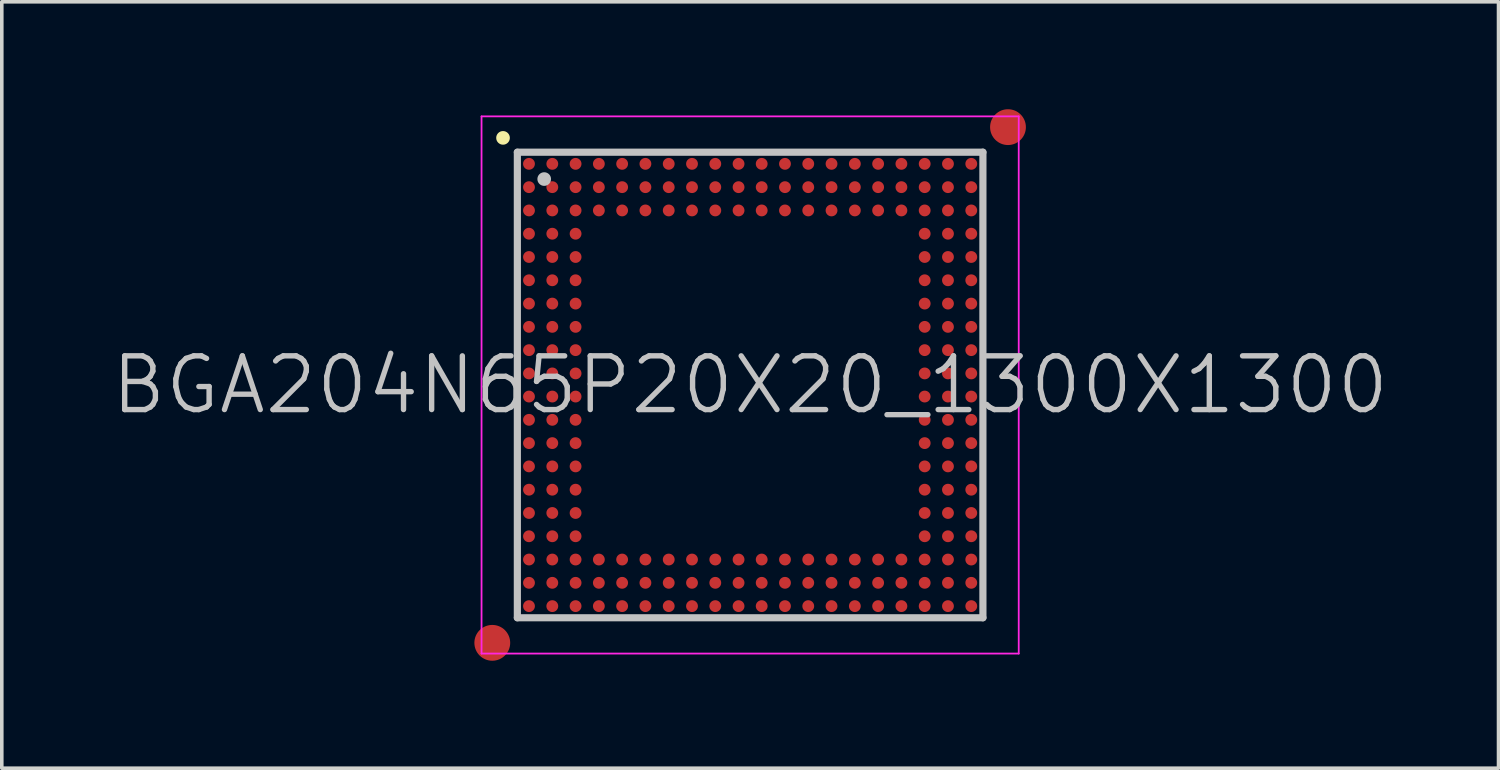
<source format=kicad_pcb>
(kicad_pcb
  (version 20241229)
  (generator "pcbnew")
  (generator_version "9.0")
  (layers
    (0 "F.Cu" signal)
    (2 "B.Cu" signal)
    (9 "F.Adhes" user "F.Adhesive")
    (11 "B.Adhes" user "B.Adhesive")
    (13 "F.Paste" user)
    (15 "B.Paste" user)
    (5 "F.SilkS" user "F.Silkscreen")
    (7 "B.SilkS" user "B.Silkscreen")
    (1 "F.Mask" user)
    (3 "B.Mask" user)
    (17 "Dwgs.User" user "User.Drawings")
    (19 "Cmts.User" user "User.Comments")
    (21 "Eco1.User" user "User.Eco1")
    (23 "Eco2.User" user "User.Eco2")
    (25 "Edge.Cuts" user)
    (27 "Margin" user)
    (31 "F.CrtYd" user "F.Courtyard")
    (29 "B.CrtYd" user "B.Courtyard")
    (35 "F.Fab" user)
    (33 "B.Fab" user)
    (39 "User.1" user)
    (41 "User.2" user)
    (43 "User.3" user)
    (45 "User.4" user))
  (footprint "BGA204N65P20X20_1300X1300"
    (layer "F.Cu")
    (at 17.896 7.7)
    (property "Reference" "BGA204N65P20X20_1300X1300" (at 0 0 0) (layer "Dwgs.User") (effects (font (size 1.5 1.5) (thickness 0.15))))
    (attr smd)
    (fp_line (start -6.9 -6.9) (end -6.9 -6.9) (stroke (width 0.381) (type solid)) (layer "F.SilkS"))
    (fp_line (start -6.5 -6.5) (end -6.5 6.5) (stroke (width 0.2) (type solid)) (layer "Dwgs.User"))
    (fp_line (start -6.5 -6.5) (end 6.5 -6.5) (stroke (width 0.2) (type solid)) (layer "Dwgs.User"))
    (fp_line (start -6.5 6.5) (end 6.5 6.5) (stroke (width 0.2) (type solid)) (layer "Dwgs.User"))
    (fp_line (start -5.75 -5.75) (end -5.75 -5.75) (stroke (width 0.381) (type solid)) (layer "Dwgs.User"))
    (fp_line (start 6.5 -6.5) (end 6.5 6.5) (stroke (width 0.2) (type solid)) (layer "Dwgs.User"))
    (fp_line (start -7.5 -7.5) (end -7.5 7.5) (stroke (width 0.05) (type solid)) (layer "F.CrtYd"))
    (fp_line (start -7.5 -7.5) (end 7.5 -7.5) (stroke (width 0.05) (type solid)) (layer "F.CrtYd"))
    (fp_line (start -7.5 7.5) (end 7.5 7.5) (stroke (width 0.05) (type solid)) (layer "F.CrtYd"))
    (fp_line (start 7.5 -7.5) (end 7.5 7.5) (stroke (width 0.05) (type solid)) (layer "F.CrtYd"))
    (pad "" smd circle (at -7.2 7.2) (size 1 1) (layers "F.Cu" "F.Mask"))
    (pad "" smd circle (at 7.2 -7.2) (size 1 1) (layers "F.Cu" "F.Mask"))
    (pad "A1" smd circle (at -6.175 -6.175 270) (size 0.33 0.33) (layers "F.Cu" "F.Mask" "F.Paste"))
    (pad "A2" smd circle (at -5.524 -6.175 270) (size 0.33 0.33) (layers "F.Cu" "F.Mask" "F.Paste"))
    (pad "A3" smd circle (at -4.874 -6.175 270) (size 0.33 0.33) (layers "F.Cu" "F.Mask" "F.Paste"))
    (pad "A4" smd circle (at -4.224 -6.175 270) (size 0.33 0.33) (layers "F.Cu" "F.Mask" "F.Paste"))
    (pad "A5" smd circle (at -3.574 -6.175 270) (size 0.33 0.33) (layers "F.Cu" "F.Mask" "F.Paste"))
    (pad "A6" smd circle (at -2.924 -6.175 270) (size 0.33 0.33) (layers "F.Cu" "F.Mask" "F.Paste"))
    (pad "A7" smd circle (at -2.273 -6.175 270) (size 0.33 0.33) (layers "F.Cu" "F.Mask" "F.Paste"))
    (pad "A8" smd circle (at -1.623 -6.175 270) (size 0.33 0.33) (layers "F.Cu" "F.Mask" "F.Paste"))
    (pad "A9" smd circle (at -0.973 -6.175 270) (size 0.33 0.33) (layers "F.Cu" "F.Mask" "F.Paste"))
    (pad "A10" smd circle (at -0.323 -6.175 270) (size 0.33 0.33) (layers "F.Cu" "F.Mask" "F.Paste"))
    (pad "A11" smd circle (at 0.323 -6.175 270) (size 0.33 0.33) (layers "F.Cu" "F.Mask" "F.Paste"))
    (pad "A12" smd circle (at 0.973 -6.175 270) (size 0.33 0.33) (layers "F.Cu" "F.Mask" "F.Paste"))
    (pad "A13" smd circle (at 1.623 -6.175 270) (size 0.33 0.33) (layers "F.Cu" "F.Mask" "F.Paste"))
    (pad "A14" smd circle (at 2.273 -6.175 270) (size 0.33 0.33) (layers "F.Cu" "F.Mask" "F.Paste"))
    (pad "A15" smd circle (at 2.924 -6.175 270) (size 0.33 0.33) (layers "F.Cu" "F.Mask" "F.Paste"))
    (pad "A16" smd circle (at 3.574 -6.175 270) (size 0.33 0.33) (layers "F.Cu" "F.Mask" "F.Paste"))
    (pad "A17" smd circle (at 4.224 -6.175 270) (size 0.33 0.33) (layers "F.Cu" "F.Mask" "F.Paste"))
    (pad "A18" smd circle (at 4.874 -6.175 270) (size 0.33 0.33) (layers "F.Cu" "F.Mask" "F.Paste"))
    (pad "A19" smd circle (at 5.524 -6.175 270) (size 0.33 0.33) (layers "F.Cu" "F.Mask" "F.Paste"))
    (pad "A20" smd circle (at 6.175 -6.175 270) (size 0.33 0.33) (layers "F.Cu" "F.Mask" "F.Paste"))
    (pad "B1" smd circle (at -6.175 -5.524 270) (size 0.33 0.33) (layers "F.Cu" "F.Mask" "F.Paste"))
    (pad "B2" smd circle (at -5.524 -5.524 270) (size 0.33 0.33) (layers "F.Cu" "F.Mask" "F.Paste"))
    (pad "B3" smd circle (at -4.874 -5.524 270) (size 0.33 0.33) (layers "F.Cu" "F.Mask" "F.Paste"))
    (pad "B4" smd circle (at -4.224 -5.524 270) (size 0.33 0.33) (layers "F.Cu" "F.Mask" "F.Paste"))
    (pad "B5" smd circle (at -3.574 -5.524 270) (size 0.33 0.33) (layers "F.Cu" "F.Mask" "F.Paste"))
    (pad "B6" smd circle (at -2.924 -5.524 270) (size 0.33 0.33) (layers "F.Cu" "F.Mask" "F.Paste"))
    (pad "B7" smd circle (at -2.273 -5.524 270) (size 0.33 0.33) (layers "F.Cu" "F.Mask" "F.Paste"))
    (pad "B8" smd circle (at -1.623 -5.524 270) (size 0.33 0.33) (layers "F.Cu" "F.Mask" "F.Paste"))
    (pad "B9" smd circle (at -0.973 -5.524 270) (size 0.33 0.33) (layers "F.Cu" "F.Mask" "F.Paste"))
    (pad "B10" smd circle (at -0.323 -5.524 270) (size 0.33 0.33) (layers "F.Cu" "F.Mask" "F.Paste"))
    (pad "B11" smd circle (at 0.323 -5.524 270) (size 0.33 0.33) (layers "F.Cu" "F.Mask" "F.Paste"))
    (pad "B12" smd circle (at 0.973 -5.524 270) (size 0.33 0.33) (layers "F.Cu" "F.Mask" "F.Paste"))
    (pad "B13" smd circle (at 1.623 -5.524 270) (size 0.33 0.33) (layers "F.Cu" "F.Mask" "F.Paste"))
    (pad "B14" smd circle (at 2.273 -5.524 270) (size 0.33 0.33) (layers "F.Cu" "F.Mask" "F.Paste"))
    (pad "B15" smd circle (at 2.924 -5.524 270) (size 0.33 0.33) (layers "F.Cu" "F.Mask" "F.Paste"))
    (pad "B16" smd circle (at 3.574 -5.524 270) (size 0.33 0.33) (layers "F.Cu" "F.Mask" "F.Paste"))
    (pad "B17" smd circle (at 4.224 -5.524 270) (size 0.33 0.33) (layers "F.Cu" "F.Mask" "F.Paste"))
    (pad "B18" smd circle (at 4.874 -5.524 270) (size 0.33 0.33) (layers "F.Cu" "F.Mask" "F.Paste"))
    (pad "B19" smd circle (at 5.524 -5.524 270) (size 0.33 0.33) (layers "F.Cu" "F.Mask" "F.Paste"))
    (pad "B20" smd circle (at 6.175 -5.524 270) (size 0.33 0.33) (layers "F.Cu" "F.Mask" "F.Paste"))
    (pad "C1" smd circle (at -6.175 -4.874 270) (size 0.33 0.33) (layers "F.Cu" "F.Mask" "F.Paste"))
    (pad "C2" smd circle (at -5.524 -4.874 270) (size 0.33 0.33) (layers "F.Cu" "F.Mask" "F.Paste"))
    (pad "C3" smd circle (at -4.874 -4.874 270) (size 0.33 0.33) (layers "F.Cu" "F.Mask" "F.Paste"))
    (pad "C4" smd circle (at -4.224 -4.874 270) (size 0.33 0.33) (layers "F.Cu" "F.Mask" "F.Paste"))
    (pad "C5" smd circle (at -3.574 -4.874 270) (size 0.33 0.33) (layers "F.Cu" "F.Mask" "F.Paste"))
    (pad "C6" smd circle (at -2.924 -4.874 270) (size 0.33 0.33) (layers "F.Cu" "F.Mask" "F.Paste"))
    (pad "C7" smd circle (at -2.273 -4.874 270) (size 0.33 0.33) (layers "F.Cu" "F.Mask" "F.Paste"))
    (pad "C8" smd circle (at -1.623 -4.874 270) (size 0.33 0.33) (layers "F.Cu" "F.Mask" "F.Paste"))
    (pad "C9" smd circle (at -0.973 -4.874 270) (size 0.33 0.33) (layers "F.Cu" "F.Mask" "F.Paste"))
    (pad "C10" smd circle (at -0.323 -4.874 270) (size 0.33 0.33) (layers "F.Cu" "F.Mask" "F.Paste"))
    (pad "C11" smd circle (at 0.323 -4.874 270) (size 0.33 0.33) (layers "F.Cu" "F.Mask" "F.Paste"))
    (pad "C12" smd circle (at 0.973 -4.874 270) (size 0.33 0.33) (layers "F.Cu" "F.Mask" "F.Paste"))
    (pad "C13" smd circle (at 1.623 -4.874 270) (size 0.33 0.33) (layers "F.Cu" "F.Mask" "F.Paste"))
    (pad "C14" smd circle (at 2.273 -4.874 270) (size 0.33 0.33) (layers "F.Cu" "F.Mask" "F.Paste"))
    (pad "C15" smd circle (at 2.924 -4.874 270) (size 0.33 0.33) (layers "F.Cu" "F.Mask" "F.Paste"))
    (pad "C16" smd circle (at 3.574 -4.874 270) (size 0.33 0.33) (layers "F.Cu" "F.Mask" "F.Paste"))
    (pad "C17" smd circle (at 4.224 -4.874 270) (size 0.33 0.33) (layers "F.Cu" "F.Mask" "F.Paste"))
    (pad "C18" smd circle (at 4.874 -4.874 270) (size 0.33 0.33) (layers "F.Cu" "F.Mask" "F.Paste"))
    (pad "C19" smd circle (at 5.524 -4.874 270) (size 0.33 0.33) (layers "F.Cu" "F.Mask" "F.Paste"))
    (pad "C20" smd circle (at 6.175 -4.874 270) (size 0.33 0.33) (layers "F.Cu" "F.Mask" "F.Paste"))
    (pad "D1" smd circle (at -6.175 -4.224 270) (size 0.33 0.33) (layers "F.Cu" "F.Mask" "F.Paste"))
    (pad "D2" smd circle (at -5.524 -4.224 270) (size 0.33 0.33) (layers "F.Cu" "F.Mask" "F.Paste"))
    (pad "D3" smd circle (at -4.874 -4.224 270) (size 0.33 0.33) (layers "F.Cu" "F.Mask" "F.Paste"))
    (pad "D18" smd circle (at 4.874 -4.224 270) (size 0.33 0.33) (layers "F.Cu" "F.Mask" "F.Paste"))
    (pad "D19" smd circle (at 5.524 -4.224 270) (size 0.33 0.33) (layers "F.Cu" "F.Mask" "F.Paste"))
    (pad "D20" smd circle (at 6.175 -4.224 270) (size 0.33 0.33) (layers "F.Cu" "F.Mask" "F.Paste"))
    (pad "E1" smd circle (at -6.175 -3.574 270) (size 0.33 0.33) (layers "F.Cu" "F.Mask" "F.Paste"))
    (pad "E2" smd circle (at -5.524 -3.574 270) (size 0.33 0.33) (layers "F.Cu" "F.Mask" "F.Paste"))
    (pad "E3" smd circle (at -4.874 -3.574 270) (size 0.33 0.33) (layers "F.Cu" "F.Mask" "F.Paste"))
    (pad "E18" smd circle (at 4.874 -3.574 270) (size 0.33 0.33) (layers "F.Cu" "F.Mask" "F.Paste"))
    (pad "E19" smd circle (at 5.524 -3.574 270) (size 0.33 0.33) (layers "F.Cu" "F.Mask" "F.Paste"))
    (pad "E20" smd circle (at 6.175 -3.574 270) (size 0.33 0.33) (layers "F.Cu" "F.Mask" "F.Paste"))
    (pad "F1" smd circle (at -6.175 -2.924 270) (size 0.33 0.33) (layers "F.Cu" "F.Mask" "F.Paste"))
    (pad "F2" smd circle (at -5.524 -2.924 270) (size 0.33 0.33) (layers "F.Cu" "F.Mask" "F.Paste"))
    (pad "F3" smd circle (at -4.874 -2.924 270) (size 0.33 0.33) (layers "F.Cu" "F.Mask" "F.Paste"))
    (pad "F18" smd circle (at 4.874 -2.924 270) (size 0.33 0.33) (layers "F.Cu" "F.Mask" "F.Paste"))
    (pad "F19" smd circle (at 5.524 -2.924 270) (size 0.33 0.33) (layers "F.Cu" "F.Mask" "F.Paste"))
    (pad "F20" smd circle (at 6.175 -2.924 270) (size 0.33 0.33) (layers "F.Cu" "F.Mask" "F.Paste"))
    (pad "G1" smd circle (at -6.175 -2.273 270) (size 0.33 0.33) (layers "F.Cu" "F.Mask" "F.Paste"))
    (pad "G2" smd circle (at -5.524 -2.273 270) (size 0.33 0.33) (layers "F.Cu" "F.Mask" "F.Paste"))
    (pad "G3" smd circle (at -4.874 -2.273 270) (size 0.33 0.33) (layers "F.Cu" "F.Mask" "F.Paste"))
    (pad "G18" smd circle (at 4.874 -2.273 270) (size 0.33 0.33) (layers "F.Cu" "F.Mask" "F.Paste"))
    (pad "G19" smd circle (at 5.524 -2.273 270) (size 0.33 0.33) (layers "F.Cu" "F.Mask" "F.Paste"))
    (pad "G20" smd circle (at 6.175 -2.273 270) (size 0.33 0.33) (layers "F.Cu" "F.Mask" "F.Paste"))
    (pad "H1" smd circle (at -6.175 -1.623 270) (size 0.33 0.33) (layers "F.Cu" "F.Mask" "F.Paste"))
    (pad "H2" smd circle (at -5.524 -1.623 270) (size 0.33 0.33) (layers "F.Cu" "F.Mask" "F.Paste"))
    (pad "H3" smd circle (at -4.874 -1.623 270) (size 0.33 0.33) (layers "F.Cu" "F.Mask" "F.Paste"))
    (pad "H18" smd circle (at 4.874 -1.623 270) (size 0.33 0.33) (layers "F.Cu" "F.Mask" "F.Paste"))
    (pad "H19" smd circle (at 5.524 -1.623 270) (size 0.33 0.33) (layers "F.Cu" "F.Mask" "F.Paste"))
    (pad "H20" smd circle (at 6.175 -1.623 270) (size 0.33 0.33) (layers "F.Cu" "F.Mask" "F.Paste"))
    (pad "J1" smd circle (at -6.175 -0.973 270) (size 0.33 0.33) (layers "F.Cu" "F.Mask" "F.Paste"))
    (pad "J2" smd circle (at -5.524 -0.973 270) (size 0.33 0.33) (layers "F.Cu" "F.Mask" "F.Paste"))
    (pad "J3" smd circle (at -4.874 -0.973 270) (size 0.33 0.33) (layers "F.Cu" "F.Mask" "F.Paste"))
    (pad "J18" smd circle (at 4.874 -0.973 270) (size 0.33 0.33) (layers "F.Cu" "F.Mask" "F.Paste"))
    (pad "J19" smd circle (at 5.524 -0.973 270) (size 0.33 0.33) (layers "F.Cu" "F.Mask" "F.Paste"))
    (pad "J20" smd circle (at 6.175 -0.973 270) (size 0.33 0.33) (layers "F.Cu" "F.Mask" "F.Paste"))
    (pad "K1" smd circle (at -6.175 -0.323 270) (size 0.33 0.33) (layers "F.Cu" "F.Mask" "F.Paste"))
    (pad "K2" smd circle (at -5.524 -0.323 270) (size 0.33 0.33) (layers "F.Cu" "F.Mask" "F.Paste"))
    (pad "K3" smd circle (at -4.874 -0.323 270) (size 0.33 0.33) (layers "F.Cu" "F.Mask" "F.Paste"))
    (pad "K18" smd circle (at 4.874 -0.323 270) (size 0.33 0.33) (layers "F.Cu" "F.Mask" "F.Paste"))
    (pad "K19" smd circle (at 5.524 -0.323 270) (size 0.33 0.33) (layers "F.Cu" "F.Mask" "F.Paste"))
    (pad "K20" smd circle (at 6.175 -0.323 270) (size 0.33 0.33) (layers "F.Cu" "F.Mask" "F.Paste"))
    (pad "L1" smd circle (at -6.175 0.323 270) (size 0.33 0.33) (layers "F.Cu" "F.Mask" "F.Paste"))
    (pad "L2" smd circle (at -5.524 0.323 270) (size 0.33 0.33) (layers "F.Cu" "F.Mask" "F.Paste"))
    (pad "L3" smd circle (at -4.874 0.323 270) (size 0.33 0.33) (layers "F.Cu" "F.Mask" "F.Paste"))
    (pad "L18" smd circle (at 4.874 0.323 270) (size 0.33 0.33) (layers "F.Cu" "F.Mask" "F.Paste"))
    (pad "L19" smd circle (at 5.524 0.323 270) (size 0.33 0.33) (layers "F.Cu" "F.Mask" "F.Paste"))
    (pad "L20" smd circle (at 6.175 0.323 270) (size 0.33 0.33) (layers "F.Cu" "F.Mask" "F.Paste"))
    (pad "M1" smd circle (at -6.175 0.973 270) (size 0.33 0.33) (layers "F.Cu" "F.Mask" "F.Paste"))
    (pad "M2" smd circle (at -5.524 0.973 270) (size 0.33 0.33) (layers "F.Cu" "F.Mask" "F.Paste"))
    (pad "M3" smd circle (at -4.874 0.973 270) (size 0.33 0.33) (layers "F.Cu" "F.Mask" "F.Paste"))
    (pad "M18" smd circle (at 4.874 0.973 270) (size 0.33 0.33) (layers "F.Cu" "F.Mask" "F.Paste"))
    (pad "M19" smd circle (at 5.524 0.973 270) (size 0.33 0.33) (layers "F.Cu" "F.Mask" "F.Paste"))
    (pad "M20" smd circle (at 6.175 0.973 270) (size 0.33 0.33) (layers "F.Cu" "F.Mask" "F.Paste"))
    (pad "N1" smd circle (at -6.175 1.623 270) (size 0.33 0.33) (layers "F.Cu" "F.Mask" "F.Paste"))
    (pad "N2" smd circle (at -5.524 1.623 270) (size 0.33 0.33) (layers "F.Cu" "F.Mask" "F.Paste"))
    (pad "N3" smd circle (at -4.874 1.623 270) (size 0.33 0.33) (layers "F.Cu" "F.Mask" "F.Paste"))
    (pad "N18" smd circle (at 4.874 1.623 270) (size 0.33 0.33) (layers "F.Cu" "F.Mask" "F.Paste"))
    (pad "N19" smd circle (at 5.524 1.623 270) (size 0.33 0.33) (layers "F.Cu" "F.Mask" "F.Paste"))
    (pad "N20" smd circle (at 6.175 1.623 270) (size 0.33 0.33) (layers "F.Cu" "F.Mask" "F.Paste"))
    (pad "P1" smd circle (at -6.175 2.273 270) (size 0.33 0.33) (layers "F.Cu" "F.Mask" "F.Paste"))
    (pad "P2" smd circle (at -5.524 2.273 270) (size 0.33 0.33) (layers "F.Cu" "F.Mask" "F.Paste"))
    (pad "P3" smd circle (at -4.874 2.273 270) (size 0.33 0.33) (layers "F.Cu" "F.Mask" "F.Paste"))
    (pad "P18" smd circle (at 4.874 2.273 270) (size 0.33 0.33) (layers "F.Cu" "F.Mask" "F.Paste"))
    (pad "P19" smd circle (at 5.524 2.273 270) (size 0.33 0.33) (layers "F.Cu" "F.Mask" "F.Paste"))
    (pad "P20" smd circle (at 6.175 2.273 270) (size 0.33 0.33) (layers "F.Cu" "F.Mask" "F.Paste"))
    (pad "R1" smd circle (at -6.175 2.924 270) (size 0.33 0.33) (layers "F.Cu" "F.Mask" "F.Paste"))
    (pad "R2" smd circle (at -5.524 2.924 270) (size 0.33 0.33) (layers "F.Cu" "F.Mask" "F.Paste"))
    (pad "R3" smd circle (at -4.874 2.924 270) (size 0.33 0.33) (layers "F.Cu" "F.Mask" "F.Paste"))
    (pad "R18" smd circle (at 4.874 2.924 270) (size 0.33 0.33) (layers "F.Cu" "F.Mask" "F.Paste"))
    (pad "R19" smd circle (at 5.524 2.924 270) (size 0.33 0.33) (layers "F.Cu" "F.Mask" "F.Paste"))
    (pad "R20" smd circle (at 6.175 2.924 270) (size 0.33 0.33) (layers "F.Cu" "F.Mask" "F.Paste"))
    (pad "T1" smd circle (at -6.175 3.574 270) (size 0.33 0.33) (layers "F.Cu" "F.Mask" "F.Paste"))
    (pad "T2" smd circle (at -5.524 3.574 270) (size 0.33 0.33) (layers "F.Cu" "F.Mask" "F.Paste"))
    (pad "T3" smd circle (at -4.874 3.574 270) (size 0.33 0.33) (layers "F.Cu" "F.Mask" "F.Paste"))
    (pad "T18" smd circle (at 4.874 3.574 270) (size 0.33 0.33) (layers "F.Cu" "F.Mask" "F.Paste"))
    (pad "T19" smd circle (at 5.524 3.574 270) (size 0.33 0.33) (layers "F.Cu" "F.Mask" "F.Paste"))
    (pad "T20" smd circle (at 6.175 3.574 270) (size 0.33 0.33) (layers "F.Cu" "F.Mask" "F.Paste"))
    (pad "U1" smd circle (at -6.175 4.224 270) (size 0.33 0.33) (layers "F.Cu" "F.Mask" "F.Paste"))
    (pad "U2" smd circle (at -5.524 4.224 270) (size 0.33 0.33) (layers "F.Cu" "F.Mask" "F.Paste"))
    (pad "U3" smd circle (at -4.874 4.224 270) (size 0.33 0.33) (layers "F.Cu" "F.Mask" "F.Paste"))
    (pad "U18" smd circle (at 4.874 4.224 270) (size 0.33 0.33) (layers "F.Cu" "F.Mask" "F.Paste"))
    (pad "U19" smd circle (at 5.524 4.224 270) (size 0.33 0.33) (layers "F.Cu" "F.Mask" "F.Paste"))
    (pad "U20" smd circle (at 6.175 4.224 270) (size 0.33 0.33) (layers "F.Cu" "F.Mask" "F.Paste"))
    (pad "V1" smd circle (at -6.175 4.874 270) (size 0.33 0.33) (layers "F.Cu" "F.Mask" "F.Paste"))
    (pad "V2" smd circle (at -5.524 4.874 270) (size 0.33 0.33) (layers "F.Cu" "F.Mask" "F.Paste"))
    (pad "V3" smd circle (at -4.874 4.874 270) (size 0.33 0.33) (layers "F.Cu" "F.Mask" "F.Paste"))
    (pad "V4" smd circle (at -4.224 4.874 270) (size 0.33 0.33) (layers "F.Cu" "F.Mask" "F.Paste"))
    (pad "V5" smd circle (at -3.574 4.874 270) (size 0.33 0.33) (layers "F.Cu" "F.Mask" "F.Paste"))
    (pad "V6" smd circle (at -2.924 4.874 270) (size 0.33 0.33) (layers "F.Cu" "F.Mask" "F.Paste"))
    (pad "V7" smd circle (at -2.273 4.874 270) (size 0.33 0.33) (layers "F.Cu" "F.Mask" "F.Paste"))
    (pad "V8" smd circle (at -1.623 4.874 270) (size 0.33 0.33) (layers "F.Cu" "F.Mask" "F.Paste"))
    (pad "V9" smd circle (at -0.973 4.874 270) (size 0.33 0.33) (layers "F.Cu" "F.Mask" "F.Paste"))
    (pad "V10" smd circle (at -0.323 4.874 270) (size 0.33 0.33) (layers "F.Cu" "F.Mask" "F.Paste"))
    (pad "V11" smd circle (at 0.323 4.874 270) (size 0.33 0.33) (layers "F.Cu" "F.Mask" "F.Paste"))
    (pad "V12" smd circle (at 0.973 4.874 270) (size 0.33 0.33) (layers "F.Cu" "F.Mask" "F.Paste"))
    (pad "V13" smd circle (at 1.623 4.874 270) (size 0.33 0.33) (layers "F.Cu" "F.Mask" "F.Paste"))
    (pad "V14" smd circle (at 2.273 4.874 270) (size 0.33 0.33) (layers "F.Cu" "F.Mask" "F.Paste"))
    (pad "V15" smd circle (at 2.924 4.874 270) (size 0.33 0.33) (layers "F.Cu" "F.Mask" "F.Paste"))
    (pad "V16" smd circle (at 3.574 4.874 270) (size 0.33 0.33) (layers "F.Cu" "F.Mask" "F.Paste"))
    (pad "V17" smd circle (at 4.224 4.874 270) (size 0.33 0.33) (layers "F.Cu" "F.Mask" "F.Paste"))
    (pad "V18" smd circle (at 4.874 4.874 270) (size 0.33 0.33) (layers "F.Cu" "F.Mask" "F.Paste"))
    (pad "V19" smd circle (at 5.524 4.874 270) (size 0.33 0.33) (layers "F.Cu" "F.Mask" "F.Paste"))
    (pad "V20" smd circle (at 6.175 4.874 270) (size 0.33 0.33) (layers "F.Cu" "F.Mask" "F.Paste"))
    (pad "W1" smd circle (at -6.175 5.524 270) (size 0.33 0.33) (layers "F.Cu" "F.Mask" "F.Paste"))
    (pad "W2" smd circle (at -5.524 5.524 270) (size 0.33 0.33) (layers "F.Cu" "F.Mask" "F.Paste"))
    (pad "W3" smd circle (at -4.874 5.524 270) (size 0.33 0.33) (layers "F.Cu" "F.Mask" "F.Paste"))
    (pad "W4" smd circle (at -4.224 5.524 270) (size 0.33 0.33) (layers "F.Cu" "F.Mask" "F.Paste"))
    (pad "W5" smd circle (at -3.574 5.524 270) (size 0.33 0.33) (layers "F.Cu" "F.Mask" "F.Paste"))
    (pad "W6" smd circle (at -2.924 5.524 270) (size 0.33 0.33) (layers "F.Cu" "F.Mask" "F.Paste"))
    (pad "W7" smd circle (at -2.273 5.524 270) (size 0.33 0.33) (layers "F.Cu" "F.Mask" "F.Paste"))
    (pad "W8" smd circle (at -1.623 5.524 270) (size 0.33 0.33) (layers "F.Cu" "F.Mask" "F.Paste"))
    (pad "W9" smd circle (at -0.973 5.524 270) (size 0.33 0.33) (layers "F.Cu" "F.Mask" "F.Paste"))
    (pad "W10" smd circle (at -0.323 5.524 270) (size 0.33 0.33) (layers "F.Cu" "F.Mask" "F.Paste"))
    (pad "W11" smd circle (at 0.323 5.524 270) (size 0.33 0.33) (layers "F.Cu" "F.Mask" "F.Paste"))
    (pad "W12" smd circle (at 0.973 5.524 270) (size 0.33 0.33) (layers "F.Cu" "F.Mask" "F.Paste"))
    (pad "W13" smd circle (at 1.623 5.524 270) (size 0.33 0.33) (layers "F.Cu" "F.Mask" "F.Paste"))
    (pad "W14" smd circle (at 2.273 5.524 270) (size 0.33 0.33) (layers "F.Cu" "F.Mask" "F.Paste"))
    (pad "W15" smd circle (at 2.924 5.524 270) (size 0.33 0.33) (layers "F.Cu" "F.Mask" "F.Paste"))
    (pad "W16" smd circle (at 3.574 5.524 270) (size 0.33 0.33) (layers "F.Cu" "F.Mask" "F.Paste"))
    (pad "W17" smd circle (at 4.224 5.524 270) (size 0.33 0.33) (layers "F.Cu" "F.Mask" "F.Paste"))
    (pad "W18" smd circle (at 4.874 5.524 270) (size 0.33 0.33) (layers "F.Cu" "F.Mask" "F.Paste"))
    (pad "W19" smd circle (at 5.524 5.524 270) (size 0.33 0.33) (layers "F.Cu" "F.Mask" "F.Paste"))
    (pad "W20" smd circle (at 6.175 5.524 270) (size 0.33 0.33) (layers "F.Cu" "F.Mask" "F.Paste"))
    (pad "Y1" smd circle (at -6.175 6.175 270) (size 0.33 0.33) (layers "F.Cu" "F.Mask" "F.Paste"))
    (pad "Y2" smd circle (at -5.524 6.175 270) (size 0.33 0.33) (layers "F.Cu" "F.Mask" "F.Paste"))
    (pad "Y3" smd circle (at -4.874 6.175 270) (size 0.33 0.33) (layers "F.Cu" "F.Mask" "F.Paste"))
    (pad "Y4" smd circle (at -4.224 6.175 270) (size 0.33 0.33) (layers "F.Cu" "F.Mask" "F.Paste"))
    (pad "Y5" smd circle (at -3.574 6.175 270) (size 0.33 0.33) (layers "F.Cu" "F.Mask" "F.Paste"))
    (pad "Y6" smd circle (at -2.924 6.175 270) (size 0.33 0.33) (layers "F.Cu" "F.Mask" "F.Paste"))
    (pad "Y7" smd circle (at -2.273 6.175 270) (size 0.33 0.33) (layers "F.Cu" "F.Mask" "F.Paste"))
    (pad "Y8" smd circle (at -1.623 6.175 270) (size 0.33 0.33) (layers "F.Cu" "F.Mask" "F.Paste"))
    (pad "Y9" smd circle (at -0.973 6.175 270) (size 0.33 0.33) (layers "F.Cu" "F.Mask" "F.Paste"))
    (pad "Y10" smd circle (at -0.323 6.175 270) (size 0.33 0.33) (layers "F.Cu" "F.Mask" "F.Paste"))
    (pad "Y11" smd circle (at 0.323 6.175 270) (size 0.33 0.33) (layers "F.Cu" "F.Mask" "F.Paste"))
    (pad "Y12" smd circle (at 0.973 6.175 270) (size 0.33 0.33) (layers "F.Cu" "F.Mask" "F.Paste"))
    (pad "Y13" smd circle (at 1.623 6.175 270) (size 0.33 0.33) (layers "F.Cu" "F.Mask" "F.Paste"))
    (pad "Y14" smd circle (at 2.273 6.175 270) (size 0.33 0.33) (layers "F.Cu" "F.Mask" "F.Paste"))
    (pad "Y15" smd circle (at 2.924 6.175 270) (size 0.33 0.33) (layers "F.Cu" "F.Mask" "F.Paste"))
    (pad "Y16" smd circle (at 3.574 6.175 270) (size 0.33 0.33) (layers "F.Cu" "F.Mask" "F.Paste"))
    (pad "Y17" smd circle (at 4.224 6.175 270) (size 0.33 0.33) (layers "F.Cu" "F.Mask" "F.Paste"))
    (pad "Y18" smd circle (at 4.874 6.175 270) (size 0.33 0.33) (layers "F.Cu" "F.Mask" "F.Paste"))
    (pad "Y19" smd circle (at 5.524 6.175 270) (size 0.33 0.33) (layers "F.Cu" "F.Mask" "F.Paste"))
    (pad "Y20" smd circle (at 6.175 6.175 270) (size 0.33 0.33) (layers "F.Cu" "F.Mask" "F.Paste")))
  (gr_rect
    (start -3 -3)
    (end 38.793 18.4)
    (stroke (width 0.1) (type default))
    (fill no)
    (layer "Edge.Cuts")))
</source>
